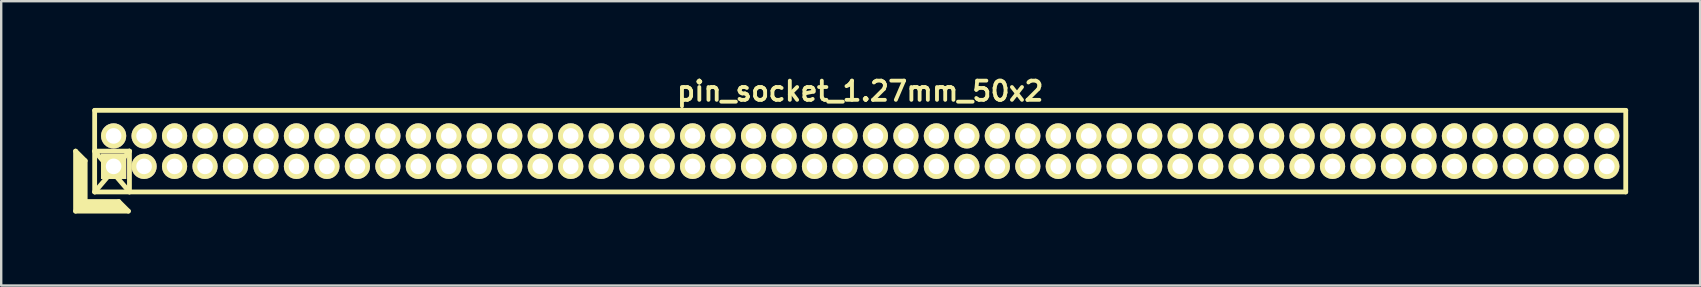
<source format=kicad_pcb>
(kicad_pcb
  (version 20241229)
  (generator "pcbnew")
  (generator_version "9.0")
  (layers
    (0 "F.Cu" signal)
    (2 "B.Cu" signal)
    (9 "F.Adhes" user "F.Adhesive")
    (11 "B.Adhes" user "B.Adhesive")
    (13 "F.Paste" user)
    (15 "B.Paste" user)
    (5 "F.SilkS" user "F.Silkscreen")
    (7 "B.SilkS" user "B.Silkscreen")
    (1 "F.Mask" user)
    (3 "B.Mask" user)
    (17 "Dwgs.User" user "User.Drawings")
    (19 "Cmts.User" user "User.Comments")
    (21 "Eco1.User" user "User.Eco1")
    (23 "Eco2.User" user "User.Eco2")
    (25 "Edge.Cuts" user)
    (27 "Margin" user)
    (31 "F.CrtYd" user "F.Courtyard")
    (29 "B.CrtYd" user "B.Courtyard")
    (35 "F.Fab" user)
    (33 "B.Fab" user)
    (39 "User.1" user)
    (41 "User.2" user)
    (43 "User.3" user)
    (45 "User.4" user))
  (footprint "pin_socket_1.27mm_50x2"
    (layer "F.Cu")
    (at 32.8 3.249)
    (property "Reference" "pin_socket_1.27mm_50x2" (at 0 -2.5 0) (layer "F.SilkS") (effects (font (size 0.8 0.8) (thickness 0.16))))
    (attr through_hole)
    (fp_line (start -32.7 0) (end -32.7 2.5) (stroke (width 0.2) (type solid)) (layer "F.SilkS"))
    (fp_line (start -32.7 0) (end -32.3 0.4) (stroke (width 0.2) (type solid)) (layer "F.SilkS"))
    (fp_line (start -32.7 2.5) (end -30.5 2.5) (stroke (width 0.2) (type solid)) (layer "F.SilkS"))
    (fp_line (start -32.6 2.4) (end -32.6 0.2) (stroke (width 0.2) (type solid)) (layer "F.SilkS"))
    (fp_line (start -32.6 2.4) (end -30.7 2.4) (stroke (width 0.2) (type solid)) (layer "F.SilkS"))
    (fp_line (start -32.5 2.3) (end -32.5 0.3) (stroke (width 0.2) (type solid)) (layer "F.SilkS"))
    (fp_line (start -32.5 2.3) (end -30.8 2.3) (stroke (width 0.2) (type solid)) (layer "F.SilkS"))
    (fp_line (start -32.4 2.2) (end -32.4 0.4) (stroke (width 0.2) (type solid)) (layer "F.SilkS"))
    (fp_line (start -32.4 2.2) (end -30.9 2.2) (stroke (width 0.2) (type solid)) (layer "F.SilkS"))
    (fp_line (start -32.3 2.1) (end -32.3 0.4) (stroke (width 0.2) (type solid)) (layer "F.SilkS"))
    (fp_line (start -32.3 2.1) (end -30.9 2.1) (stroke (width 0.2) (type solid)) (layer "F.SilkS"))
    (fp_line (start -31.905 -1.7) (end 31.905 -1.7) (stroke (width 0.2) (type solid)) (layer "F.SilkS"))
    (fp_line (start -31.905 0) (end -30.455 0) (stroke (width 0.2) (type solid)) (layer "F.SilkS"))
    (fp_line (start -31.905 0) (end -30.455 1.7) (stroke (width 0.2) (type solid)) (layer "F.SilkS"))
    (fp_line (start -31.905 1.7) (end -31.905 -1.7) (stroke (width 0.2) (type solid)) (layer "F.SilkS"))
    (fp_line (start -30.9 2.1) (end -30.5 2.5) (stroke (width 0.2) (type solid)) (layer "F.SilkS"))
    (fp_line (start -30.455 0) (end -31.9 1.7) (stroke (width 0.2) (type solid)) (layer "F.SilkS"))
    (fp_line (start -30.455 0) (end -30.455 1.7) (stroke (width 0.2) (type solid)) (layer "F.SilkS"))
    (fp_line (start 31.905 -1.7) (end 31.905 1.7) (stroke (width 0.2) (type solid)) (layer "F.SilkS"))
    (fp_line (start 31.905 1.7) (end -31.905 1.7) (stroke (width 0.2) (type solid)) (layer "F.SilkS"))
    (pad "1" thru_hole rect (at -31.115 0.635) (size 1.05 1.05) (drill 0.65) (layers "*.Cu" "*.Mask" "F.SilkS"))
    (pad "2" thru_hole oval (at -31.115 -0.635) (size 1.05 1.05) (drill 0.65) (layers "*.Cu" "*.Mask" "F.SilkS"))
    (pad "3" thru_hole oval (at -29.845 0.635) (size 1.05 1.05) (drill 0.65) (layers "*.Cu" "*.Mask" "F.SilkS"))
    (pad "4" thru_hole oval (at -29.845 -0.635) (size 1.05 1.05) (drill 0.65) (layers "*.Cu" "*.Mask" "F.SilkS"))
    (pad "5" thru_hole oval (at -28.575 0.635) (size 1.05 1.05) (drill 0.65) (layers "*.Cu" "*.Mask" "F.SilkS"))
    (pad "6" thru_hole oval (at -28.575 -0.635) (size 1.05 1.05) (drill 0.65) (layers "*.Cu" "*.Mask" "F.SilkS"))
    (pad "7" thru_hole oval (at -27.305 0.635) (size 1.05 1.05) (drill 0.65) (layers "*.Cu" "*.Mask" "F.SilkS"))
    (pad "8" thru_hole oval (at -27.305 -0.635) (size 1.05 1.05) (drill 0.65) (layers "*.Cu" "*.Mask" "F.SilkS"))
    (pad "9" thru_hole oval (at -26.035 0.635) (size 1.05 1.05) (drill 0.65) (layers "*.Cu" "*.Mask" "F.SilkS"))
    (pad "10" thru_hole oval (at -26.035 -0.635) (size 1.05 1.05) (drill 0.65) (layers "*.Cu" "*.Mask" "F.SilkS"))
    (pad "11" thru_hole oval (at -24.765 0.635) (size 1.05 1.05) (drill 0.65) (layers "*.Cu" "*.Mask" "F.SilkS"))
    (pad "12" thru_hole oval (at -24.765 -0.635) (size 1.05 1.05) (drill 0.65) (layers "*.Cu" "*.Mask" "F.SilkS"))
    (pad "13" thru_hole oval (at -23.495 0.635) (size 1.05 1.05) (drill 0.65) (layers "*.Cu" "*.Mask" "F.SilkS"))
    (pad "14" thru_hole oval (at -23.495 -0.635) (size 1.05 1.05) (drill 0.65) (layers "*.Cu" "*.Mask" "F.SilkS"))
    (pad "15" thru_hole oval (at -22.225 0.635) (size 1.05 1.05) (drill 0.65) (layers "*.Cu" "*.Mask" "F.SilkS"))
    (pad "16" thru_hole oval (at -22.225 -0.635) (size 1.05 1.05) (drill 0.65) (layers "*.Cu" "*.Mask" "F.SilkS"))
    (pad "17" thru_hole oval (at -20.955 0.635) (size 1.05 1.05) (drill 0.65) (layers "*.Cu" "*.Mask" "F.SilkS"))
    (pad "18" thru_hole oval (at -20.955 -0.635) (size 1.05 1.05) (drill 0.65) (layers "*.Cu" "*.Mask" "F.SilkS"))
    (pad "19" thru_hole oval (at -19.685 0.635) (size 1.05 1.05) (drill 0.65) (layers "*.Cu" "*.Mask" "F.SilkS"))
    (pad "20" thru_hole oval (at -19.685 -0.635) (size 1.05 1.05) (drill 0.65) (layers "*.Cu" "*.Mask" "F.SilkS"))
    (pad "21" thru_hole oval (at -18.415 0.635) (size 1.05 1.05) (drill 0.65) (layers "*.Cu" "*.Mask" "F.SilkS"))
    (pad "22" thru_hole oval (at -18.415 -0.635) (size 1.05 1.05) (drill 0.65) (layers "*.Cu" "*.Mask" "F.SilkS"))
    (pad "23" thru_hole oval (at -17.145 0.635) (size 1.05 1.05) (drill 0.65) (layers "*.Cu" "*.Mask" "F.SilkS"))
    (pad "24" thru_hole oval (at -17.145 -0.635) (size 1.05 1.05) (drill 0.65) (layers "*.Cu" "*.Mask" "F.SilkS"))
    (pad "25" thru_hole oval (at -15.875 0.635) (size 1.05 1.05) (drill 0.65) (layers "*.Cu" "*.Mask" "F.SilkS"))
    (pad "26" thru_hole oval (at -15.875 -0.635) (size 1.05 1.05) (drill 0.65) (layers "*.Cu" "*.Mask" "F.SilkS"))
    (pad "27" thru_hole oval (at -14.605 0.635) (size 1.05 1.05) (drill 0.65) (layers "*.Cu" "*.Mask" "F.SilkS"))
    (pad "28" thru_hole oval (at -14.605 -0.635) (size 1.05 1.05) (drill 0.65) (layers "*.Cu" "*.Mask" "F.SilkS"))
    (pad "29" thru_hole oval (at -13.335 0.635) (size 1.05 1.05) (drill 0.65) (layers "*.Cu" "*.Mask" "F.SilkS"))
    (pad "30" thru_hole oval (at -13.335 -0.635) (size 1.05 1.05) (drill 0.65) (layers "*.Cu" "*.Mask" "F.SilkS"))
    (pad "31" thru_hole oval (at -12.065 0.635) (size 1.05 1.05) (drill 0.65) (layers "*.Cu" "*.Mask" "F.SilkS"))
    (pad "32" thru_hole oval (at -12.065 -0.635) (size 1.05 1.05) (drill 0.65) (layers "*.Cu" "*.Mask" "F.SilkS"))
    (pad "33" thru_hole oval (at -10.795 0.635) (size 1.05 1.05) (drill 0.65) (layers "*.Cu" "*.Mask" "F.SilkS"))
    (pad "34" thru_hole oval (at -10.795 -0.635) (size 1.05 1.05) (drill 0.65) (layers "*.Cu" "*.Mask" "F.SilkS"))
    (pad "35" thru_hole oval (at -9.525 0.635) (size 1.05 1.05) (drill 0.65) (layers "*.Cu" "*.Mask" "F.SilkS"))
    (pad "36" thru_hole oval (at -9.525 -0.635) (size 1.05 1.05) (drill 0.65) (layers "*.Cu" "*.Mask" "F.SilkS"))
    (pad "37" thru_hole oval (at -8.255 0.635) (size 1.05 1.05) (drill 0.65) (layers "*.Cu" "*.Mask" "F.SilkS"))
    (pad "38" thru_hole oval (at -8.255 -0.635) (size 1.05 1.05) (drill 0.65) (layers "*.Cu" "*.Mask" "F.SilkS"))
    (pad "39" thru_hole oval (at -6.985 0.635) (size 1.05 1.05) (drill 0.65) (layers "*.Cu" "*.Mask" "F.SilkS"))
    (pad "40" thru_hole oval (at -6.985 -0.635) (size 1.05 1.05) (drill 0.65) (layers "*.Cu" "*.Mask" "F.SilkS"))
    (pad "41" thru_hole oval (at -5.715 0.635) (size 1.05 1.05) (drill 0.65) (layers "*.Cu" "*.Mask" "F.SilkS"))
    (pad "42" thru_hole oval (at -5.715 -0.635) (size 1.05 1.05) (drill 0.65) (layers "*.Cu" "*.Mask" "F.SilkS"))
    (pad "43" thru_hole oval (at -4.445 0.635) (size 1.05 1.05) (drill 0.65) (layers "*.Cu" "*.Mask" "F.SilkS"))
    (pad "44" thru_hole oval (at -4.445 -0.635) (size 1.05 1.05) (drill 0.65) (layers "*.Cu" "*.Mask" "F.SilkS"))
    (pad "45" thru_hole oval (at -3.175 0.635) (size 1.05 1.05) (drill 0.65) (layers "*.Cu" "*.Mask" "F.SilkS"))
    (pad "46" thru_hole oval (at -3.175 -0.635) (size 1.05 1.05) (drill 0.65) (layers "*.Cu" "*.Mask" "F.SilkS"))
    (pad "47" thru_hole oval (at -1.905 0.635) (size 1.05 1.05) (drill 0.65) (layers "*.Cu" "*.Mask" "F.SilkS"))
    (pad "48" thru_hole oval (at -1.905 -0.635) (size 1.05 1.05) (drill 0.65) (layers "*.Cu" "*.Mask" "F.SilkS"))
    (pad "49" thru_hole oval (at -0.635 0.635) (size 1.05 1.05) (drill 0.65) (layers "*.Cu" "*.Mask" "F.SilkS"))
    (pad "50" thru_hole oval (at -0.635 -0.635) (size 1.05 1.05) (drill 0.65) (layers "*.Cu" "*.Mask" "F.SilkS"))
    (pad "51" thru_hole circle (at 0.635 0.635) (size 1.05 1.05) (drill 0.65) (layers "*.Cu" "*.Mask" "F.SilkS"))
    (pad "52" thru_hole oval (at 0.635 -0.635) (size 1.05 1.05) (drill 0.65) (layers "*.Cu" "*.Mask" "F.SilkS"))
    (pad "53" thru_hole oval (at 1.905 0.635) (size 1.05 1.05) (drill 0.65) (layers "*.Cu" "*.Mask" "F.SilkS"))
    (pad "54" thru_hole oval (at 1.905 -0.635) (size 1.05 1.05) (drill 0.65) (layers "*.Cu" "*.Mask" "F.SilkS"))
    (pad "55" thru_hole oval (at 3.175 0.635) (size 1.05 1.05) (drill 0.65) (layers "*.Cu" "*.Mask" "F.SilkS"))
    (pad "56" thru_hole oval (at 3.175 -0.635) (size 1.05 1.05) (drill 0.65) (layers "*.Cu" "*.Mask" "F.SilkS"))
    (pad "57" thru_hole oval (at 4.445 0.635) (size 1.05 1.05) (drill 0.65) (layers "*.Cu" "*.Mask" "F.SilkS"))
    (pad "58" thru_hole oval (at 4.445 -0.635) (size 1.05 1.05) (drill 0.65) (layers "*.Cu" "*.Mask" "F.SilkS"))
    (pad "59" thru_hole oval (at 5.715 0.635) (size 1.05 1.05) (drill 0.65) (layers "*.Cu" "*.Mask" "F.SilkS"))
    (pad "60" thru_hole oval (at 5.715 -0.635) (size 1.05 1.05) (drill 0.65) (layers "*.Cu" "*.Mask" "F.SilkS"))
    (pad "61" thru_hole oval (at 6.985 0.635) (size 1.05 1.05) (drill 0.65) (layers "*.Cu" "*.Mask" "F.SilkS"))
    (pad "62" thru_hole oval (at 6.985 -0.635) (size 1.05 1.05) (drill 0.65) (layers "*.Cu" "*.Mask" "F.SilkS"))
    (pad "63" thru_hole oval (at 8.255 0.635) (size 1.05 1.05) (drill 0.65) (layers "*.Cu" "*.Mask" "F.SilkS"))
    (pad "64" thru_hole oval (at 8.255 -0.635) (size 1.05 1.05) (drill 0.65) (layers "*.Cu" "*.Mask" "F.SilkS"))
    (pad "65" thru_hole oval (at 9.525 0.635) (size 1.05 1.05) (drill 0.65) (layers "*.Cu" "*.Mask" "F.SilkS"))
    (pad "66" thru_hole oval (at 9.525 -0.635) (size 1.05 1.05) (drill 0.65) (layers "*.Cu" "*.Mask" "F.SilkS"))
    (pad "67" thru_hole oval (at 10.795 0.635) (size 1.05 1.05) (drill 0.65) (layers "*.Cu" "*.Mask" "F.SilkS"))
    (pad "68" thru_hole oval (at 10.795 -0.635) (size 1.05 1.05) (drill 0.65) (layers "*.Cu" "*.Mask" "F.SilkS"))
    (pad "69" thru_hole oval (at 12.065 0.635) (size 1.05 1.05) (drill 0.65) (layers "*.Cu" "*.Mask" "F.SilkS"))
    (pad "70" thru_hole oval (at 12.065 -0.635) (size 1.05 1.05) (drill 0.65) (layers "*.Cu" "*.Mask" "F.SilkS"))
    (pad "71" thru_hole oval (at 13.335 0.635) (size 1.05 1.05) (drill 0.65) (layers "*.Cu" "*.Mask" "F.SilkS"))
    (pad "72" thru_hole oval (at 13.335 -0.635) (size 1.05 1.05) (drill 0.65) (layers "*.Cu" "*.Mask" "F.SilkS"))
    (pad "73" thru_hole oval (at 14.605 0.635) (size 1.05 1.05) (drill 0.65) (layers "*.Cu" "*.Mask" "F.SilkS"))
    (pad "74" thru_hole oval (at 14.605 -0.635) (size 1.05 1.05) (drill 0.65) (layers "*.Cu" "*.Mask" "F.SilkS"))
    (pad "75" thru_hole oval (at 15.875 0.635) (size 1.05 1.05) (drill 0.65) (layers "*.Cu" "*.Mask" "F.SilkS"))
    (pad "76" thru_hole oval (at 15.875 -0.635) (size 1.05 1.05) (drill 0.65) (layers "*.Cu" "*.Mask" "F.SilkS"))
    (pad "77" thru_hole oval (at 17.145 0.635) (size 1.05 1.05) (drill 0.65) (layers "*.Cu" "*.Mask" "F.SilkS"))
    (pad "78" thru_hole oval (at 17.145 -0.635) (size 1.05 1.05) (drill 0.65) (layers "*.Cu" "*.Mask" "F.SilkS"))
    (pad "79" thru_hole oval (at 18.415 0.635) (size 1.05 1.05) (drill 0.65) (layers "*.Cu" "*.Mask" "F.SilkS"))
    (pad "80" thru_hole oval (at 18.415 -0.635) (size 1.05 1.05) (drill 0.65) (layers "*.Cu" "*.Mask" "F.SilkS"))
    (pad "81" thru_hole oval (at 19.685 0.635) (size 1.05 1.05) (drill 0.65) (layers "*.Cu" "*.Mask" "F.SilkS"))
    (pad "82" thru_hole oval (at 19.685 -0.635) (size 1.05 1.05) (drill 0.65) (layers "*.Cu" "*.Mask" "F.SilkS"))
    (pad "83" thru_hole oval (at 20.955 0.635) (size 1.05 1.05) (drill 0.65) (layers "*.Cu" "*.Mask" "F.SilkS"))
    (pad "84" thru_hole oval (at 20.955 -0.635) (size 1.05 1.05) (drill 0.65) (layers "*.Cu" "*.Mask" "F.SilkS"))
    (pad "85" thru_hole oval (at 22.225 0.635) (size 1.05 1.05) (drill 0.65) (layers "*.Cu" "*.Mask" "F.SilkS"))
    (pad "86" thru_hole oval (at 22.225 -0.635) (size 1.05 1.05) (drill 0.65) (layers "*.Cu" "*.Mask" "F.SilkS"))
    (pad "87" thru_hole oval (at 23.495 0.635) (size 1.05 1.05) (drill 0.65) (layers "*.Cu" "*.Mask" "F.SilkS"))
    (pad "88" thru_hole oval (at 23.495 -0.635) (size 1.05 1.05) (drill 0.65) (layers "*.Cu" "*.Mask" "F.SilkS"))
    (pad "89" thru_hole oval (at 24.765 0.635) (size 1.05 1.05) (drill 0.65) (layers "*.Cu" "*.Mask" "F.SilkS"))
    (pad "90" thru_hole oval (at 24.765 -0.635) (size 1.05 1.05) (drill 0.65) (layers "*.Cu" "*.Mask" "F.SilkS"))
    (pad "91" thru_hole oval (at 26.035 0.635) (size 1.05 1.05) (drill 0.65) (layers "*.Cu" "*.Mask" "F.SilkS"))
    (pad "92" thru_hole oval (at 26.035 -0.635) (size 1.05 1.05) (drill 0.65) (layers "*.Cu" "*.Mask" "F.SilkS"))
    (pad "93" thru_hole oval (at 27.305 0.635) (size 1.05 1.05) (drill 0.65) (layers "*.Cu" "*.Mask" "F.SilkS"))
    (pad "94" thru_hole oval (at 27.305 -0.635) (size 1.05 1.05) (drill 0.65) (layers "*.Cu" "*.Mask" "F.SilkS"))
    (pad "95" thru_hole oval (at 28.575 0.635) (size 1.05 1.05) (drill 0.65) (layers "*.Cu" "*.Mask" "F.SilkS"))
    (pad "96" thru_hole oval (at 28.575 -0.635) (size 1.05 1.05) (drill 0.65) (layers "*.Cu" "*.Mask" "F.SilkS"))
    (pad "97" thru_hole oval (at 29.845 0.635) (size 1.05 1.05) (drill 0.65) (layers "*.Cu" "*.Mask" "F.SilkS"))
    (pad "98" thru_hole oval (at 29.845 -0.635) (size 1.05 1.05) (drill 0.65) (layers "*.Cu" "*.Mask" "F.SilkS"))
    (pad "99" thru_hole oval (at 31.115 0.635) (size 1.05 1.05) (drill 0.65) (layers "*.Cu" "*.Mask" "F.SilkS"))
    (pad "100" thru_hole oval (at 31.115 -0.635) (size 1.05 1.05) (drill 0.65) (layers "*.Cu" "*.Mask" "F.SilkS")))
  (gr_rect
    (start -3 -3)
    (end 67.805 8.849)
    (stroke (width 0.1) (type default))
    (fill no)
    (layer "Edge.Cuts")))
</source>
